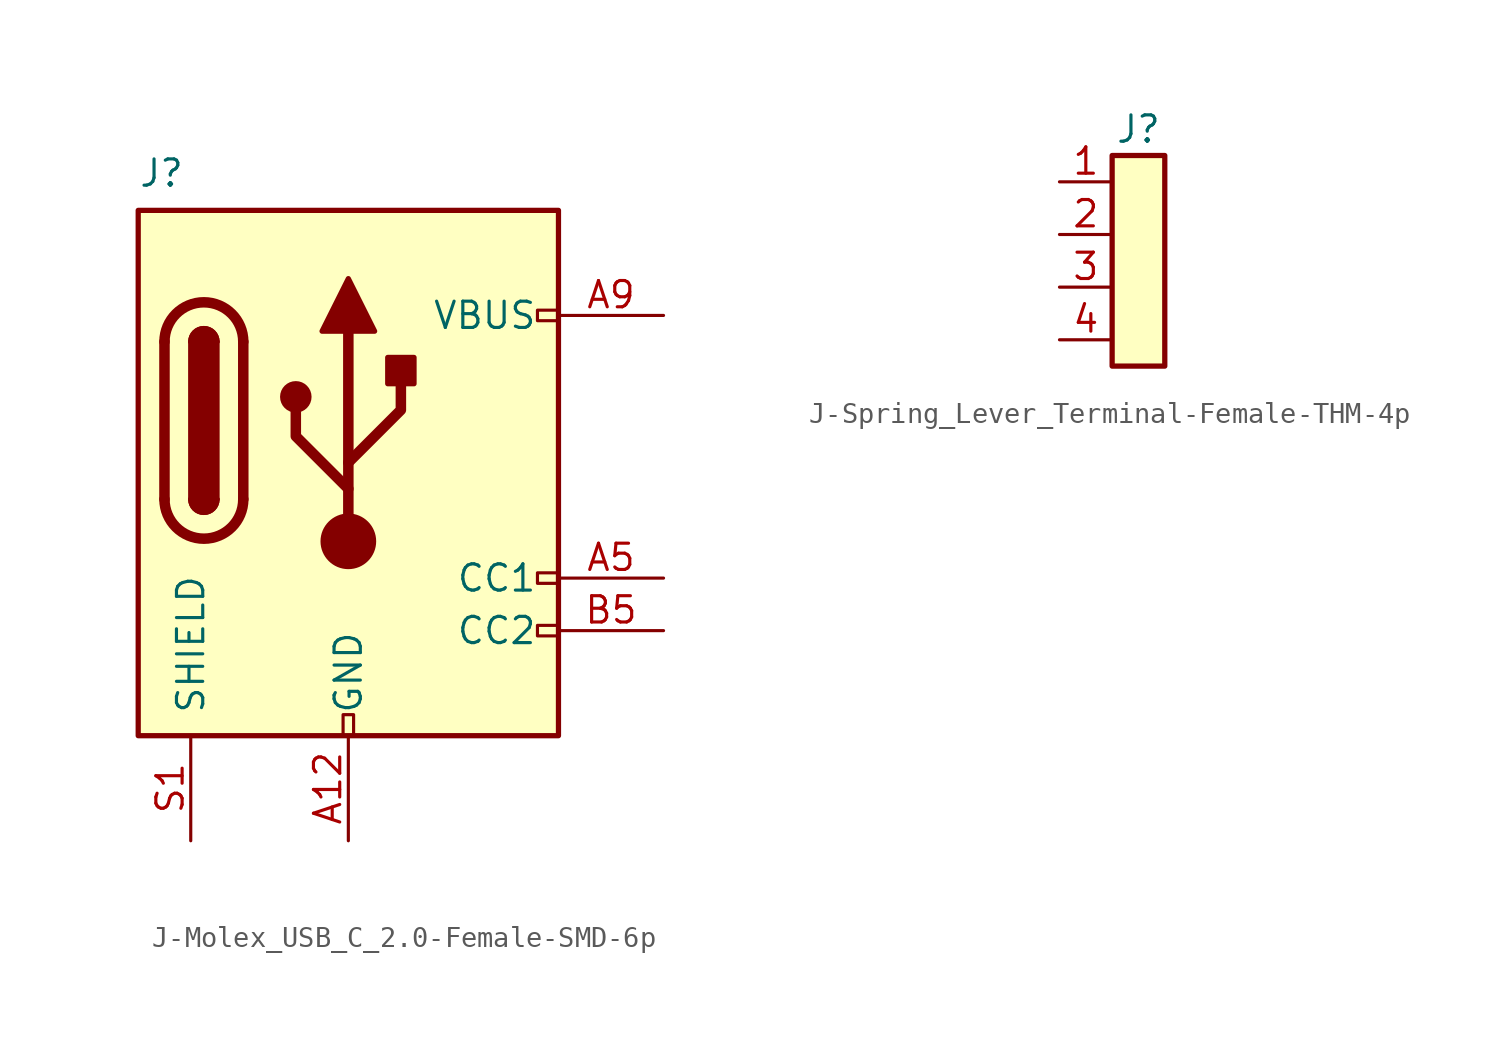
<source format=kicad_sym>
(kicad_symbol_lib
  (version 20241209)
  (generator "kicad_symbol_editor")
  (generator_version "9.0")
  (symbol "J-Molex_USB_C_2.0-Female-SMD-6p"
    (pin_names
      (offset 1.016))
    (property "Reference" "J"
      (at -10.16 15.24 0)
      (effects (font (size 1.27 1.27)) (justify left top)))
    (symbol "J-Molex_USB_C_2.0-Female-SMD-6p_0_0"
      (rectangle (start -0.254 -12.7) (end 0.254 -11.684) (stroke (width 0) (type default)) (fill (type none)))
      (rectangle (start 10.16 7.874) (end 9.144 7.366) (stroke (width 0) (type default)) (fill (type none)))
      (rectangle (start 10.16 -4.826) (end 9.144 -5.334) (stroke (width 0) (type default)) (fill (type none)))
      (rectangle (start 10.16 -7.366) (end 9.144 -7.874) (stroke (width 0) (type default)) (fill (type none))))
    (symbol "J-Molex_USB_C_2.0-Female-SMD-6p_0_1"
      (rectangle (start -10.16 12.7) (end 10.16 -12.7) (stroke (width 0.254) (type default)) (fill (type background)))
      (polyline (pts (xy -8.89 -1.27) (xy -8.89 6.35)) (stroke (width 0.508) (type default)) (fill (type none)))
      (rectangle (start -7.62 -1.27) (end -6.35 6.35) (stroke (width 0.254) (type default)) (fill (type outline)))
      (arc (start -7.62 6.35) (mid -6.985 6.9823) (end -6.35 6.35) (stroke (width 0.254) (type default)) (fill (type none)))
      (arc (start -7.62 6.35) (mid -6.985 6.9823) (end -6.35 6.35) (stroke (width 0.254) (type default)) (fill (type outline)))
      (arc (start -8.89 6.35) (mid -6.985 8.2467) (end -5.08 6.35) (stroke (width 0.508) (type default)) (fill (type none)))
      (arc (start -5.08 -1.27) (mid -6.985 -3.1667) (end -8.89 -1.27) (stroke (width 0.508) (type default)) (fill (type none)))
      (arc (start -6.35 -1.27) (mid -6.985 -1.9023) (end -7.62 -1.27) (stroke (width 0.254) (type default)) (fill (type none)))
      (arc (start -6.35 -1.27) (mid -6.985 -1.9023) (end -7.62 -1.27) (stroke (width 0.254) (type default)) (fill (type outline)))
      (polyline (pts (xy -5.08 6.35) (xy -5.08 -1.27)) (stroke (width 0.508) (type default)) (fill (type none)))
      (circle (center -2.54 3.683) (radius 0.635) (stroke (width 0.254) (type default)) (fill (type outline)))
      (polyline (pts (xy -1.27 6.858) (xy 0 9.398) (xy 1.27 6.858) (xy -1.27 6.858)) (stroke (width 0.254) (type default)) (fill (type outline)))
      (polyline (pts (xy 0 0.508) (xy 2.54 3.048) (xy 2.54 4.318)) (stroke (width 0.508) (type default)) (fill (type none)))
      (polyline (pts (xy 0 -0.762) (xy -2.54 1.778) (xy -2.54 3.048)) (stroke (width 0.508) (type default)) (fill (type none)))
      (polyline (pts (xy 0 -3.302) (xy 0 6.858)) (stroke (width 0.508) (type default)) (fill (type none)))
      (circle (center 0 -3.302) (radius 1.27) (stroke (width 0) (type default)) (fill (type outline)))
      (rectangle (start 1.905 4.318) (end 3.175 5.588) (stroke (width 0.254) (type default)) (fill (type outline))))
    (symbol "J-Molex_USB_C_2.0-Female-SMD-6p_1_1"
      (pin passive line (at -7.62 -17.78 90) (length 5.08) (name "SHIELD" (effects (font (size 1.27 1.27)))) (number "S1" (effects (font (size 1.27 1.27)))))
      (pin passive line (at 0 -17.78 90) (length 5.08) (name "GND" (effects (font (size 1.27 1.27)))) (number "A12" (effects (font (size 1.27 1.27)))))
      (pin passive line (at 0 -17.78 90) (length 5.08) (hide yes) (name "GND" (effects (font (size 1.27 1.27)))) (number "B12" (effects (font (size 1.27 1.27)))))
      (pin passive line (at 15.24 7.62 180) (length 5.08) (name "VBUS" (effects (font (size 1.27 1.27)))) (number "A9" (effects (font (size 1.27 1.27)))))
      (pin passive line (at 15.24 7.62 180) (length 5.08) (hide yes) (name "VBUS" (effects (font (size 1.27 1.27)))) (number "B9" (effects (font (size 1.27 1.27)))))
      (pin bidirectional line (at 15.24 -5.08 180) (length 5.08) (name "CC1" (effects (font (size 1.27 1.27)))) (number "A5" (effects (font (size 1.27 1.27)))))
      (pin bidirectional line (at 15.24 -7.62 180) (length 5.08) (name "CC2" (effects (font (size 1.27 1.27)))) (number "B5" (effects (font (size 1.27 1.27)))))))
  (symbol "J-Spring_Lever_Terminal-Female-THM-4p"
    (pin_names
      (offset 0)
      (hide yes))
    (property "Reference" "J"
      (at 1.27 2.54 0)
      (effects (font (size 1.27 1.27))))
    (symbol "J-Spring_Lever_Terminal-Female-THM-4p_1_1"
      (rectangle (start 0 1.27) (end 2.54 -8.89) (stroke (width 0.254) (type default)) (fill (type background)))
      (pin passive line (at -2.54 0 0) (length 2.54) (name "1" (effects (font (size 1.27 1.27)))) (number "1" (effects (font (size 1.27 1.27)))))
      (pin passive line (at -2.54 -2.54 0) (length 2.54) (name "2" (effects (font (size 1.27 1.27)))) (number "2" (effects (font (size 1.27 1.27)))))
      (pin passive line (at -2.54 -5.08 0) (length 2.54) (name "3" (effects (font (size 1.27 1.27)))) (number "3" (effects (font (size 1.27 1.27)))))
      (pin passive line (at -2.54 -7.62 0) (length 2.54) (name "4" (effects (font (size 1.27 1.27)))) (number "4" (effects (font (size 1.27 1.27))))))))
</source>
